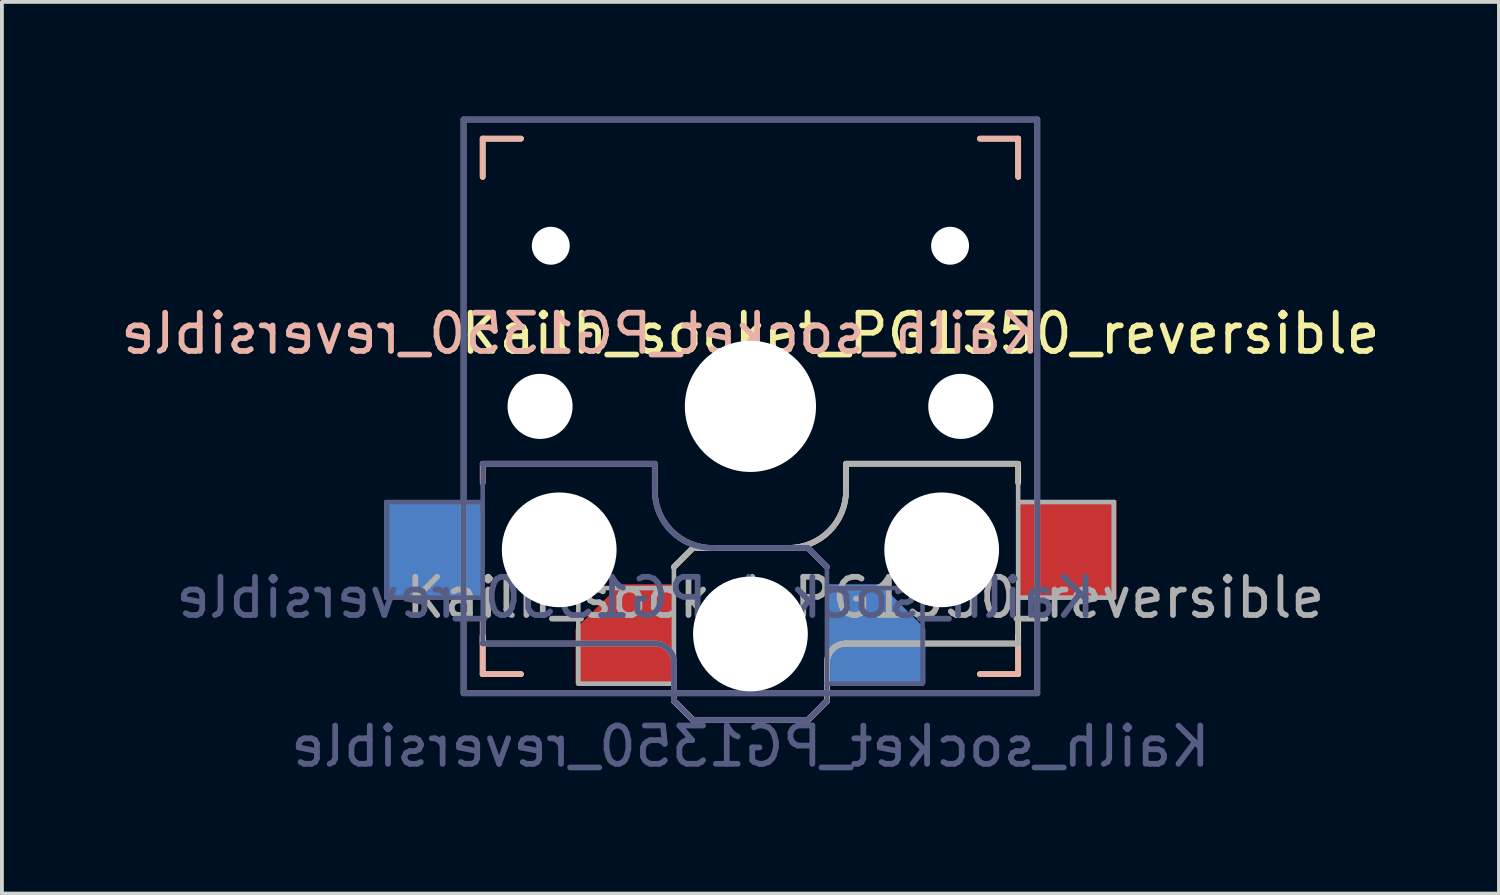
<source format=kicad_pcb>
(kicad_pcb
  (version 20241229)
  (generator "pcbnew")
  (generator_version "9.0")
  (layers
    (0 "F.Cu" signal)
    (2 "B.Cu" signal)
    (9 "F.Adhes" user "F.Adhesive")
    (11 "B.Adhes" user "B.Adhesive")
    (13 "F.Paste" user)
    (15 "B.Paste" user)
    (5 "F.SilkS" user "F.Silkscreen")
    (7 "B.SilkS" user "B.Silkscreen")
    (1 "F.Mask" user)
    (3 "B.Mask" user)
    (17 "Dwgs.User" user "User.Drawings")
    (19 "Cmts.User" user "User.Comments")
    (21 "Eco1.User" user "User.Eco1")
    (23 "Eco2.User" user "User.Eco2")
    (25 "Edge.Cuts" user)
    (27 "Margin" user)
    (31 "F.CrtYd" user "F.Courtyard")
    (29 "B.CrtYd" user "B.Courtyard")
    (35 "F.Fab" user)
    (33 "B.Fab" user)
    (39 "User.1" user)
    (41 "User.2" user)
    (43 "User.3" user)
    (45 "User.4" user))
  (footprint "Kailh_socket_PG1350_reversible"
    (layer "F.Cu")
    (at 16.57 7.575)
    (property "Reference" "Kailh_socket_PG1350_reversible" (at 4.445 -1.905 0) (layer "F.SilkS") (effects (font (size 1 1) (thickness 0.15))))
    (property "Value" "Kailh_socket_PG1350_reversible" (at 0 8.89 0) (layer "F.Fab") (hide yes) (effects (font (size 1 1) (thickness 0.15))))
    (attr smd)
    (fp_line (start -7 -7) (end -6 -7) (stroke (width 0.15) (type solid)) (layer "F.SilkS"))
    (fp_line (start -7 -6) (end -7 -7) (stroke (width 0.15) (type solid)) (layer "F.SilkS"))
    (fp_line (start -7 7) (end -7 6) (stroke (width 0.15) (type solid)) (layer "F.SilkS"))
    (fp_line (start -6 7) (end -7 7) (stroke (width 0.15) (type solid)) (layer "F.SilkS"))
    (fp_line (start -2 4.2) (end -1.5 3.7) (stroke (width 0.15) (type solid)) (layer "F.SilkS"))
    (fp_line (start -2 7.7) (end -1.5 8.2) (stroke (width 0.15) (type solid)) (layer "F.SilkS"))
    (fp_line (start -1.5 3.7) (end 1 3.7) (stroke (width 0.15) (type solid)) (layer "F.SilkS"))
    (fp_line (start -1.5 8.2) (end 1.5 8.2) (stroke (width 0.15) (type solid)) (layer "F.SilkS"))
    (fp_line (start 1.5 8.2) (end 2 7.7) (stroke (width 0.15) (type solid)) (layer "F.SilkS"))
    (fp_line (start 2 6.7) (end 2 7.7) (stroke (width 0.15) (type solid)) (layer "F.SilkS"))
    (fp_line (start 2.5 1.5) (end 7 1.5) (stroke (width 0.15) (type solid)) (layer "F.SilkS"))
    (fp_line (start 2.5 2.2) (end 2.5 1.5) (stroke (width 0.15) (type solid)) (layer "F.SilkS"))
    (fp_line (start 6 -7) (end 7 -7) (stroke (width 0.15) (type solid)) (layer "F.SilkS"))
    (fp_line (start 7 -7) (end 7 -6) (stroke (width 0.15) (type solid)) (layer "F.SilkS"))
    (fp_line (start 7 1.5) (end 7 2) (stroke (width 0.15) (type solid)) (layer "F.SilkS"))
    (fp_line (start 7 5.6) (end 7 6.2) (stroke (width 0.15) (type solid)) (layer "F.SilkS"))
    (fp_line (start 7 6) (end 7 7) (stroke (width 0.15) (type solid)) (layer "F.SilkS"))
    (fp_line (start 7 6.2) (end 2.5 6.2) (stroke (width 0.15) (type solid)) (layer "F.SilkS"))
    (fp_line (start 7 7) (end 6 7) (stroke (width 0.15) (type solid)) (layer "F.SilkS"))
    (fp_arc (start 2 6.7) (mid 2.146447 6.346447) (end 2.5 6.2) (stroke (width 0.15) (type solid)) (layer "F.SilkS"))
    (fp_arc (start 2.5 2.2) (mid 2.06066 3.26066) (end 1 3.7) (stroke (width 0.15) (type solid)) (layer "F.SilkS"))
    (fp_line (start -7 -7) (end -6 -7) (stroke (width 0.15) (type solid)) (layer "B.SilkS"))
    (fp_line (start -7 -6) (end -7 -7) (stroke (width 0.15) (type solid)) (layer "B.SilkS"))
    (fp_line (start -7 1.5) (end -7 2) (stroke (width 0.15) (type solid)) (layer "B.SilkS"))
    (fp_line (start -7 5.6) (end -7 6.2) (stroke (width 0.15) (type solid)) (layer "B.SilkS"))
    (fp_line (start -7 6.2) (end -2.5 6.2) (stroke (width 0.15) (type solid)) (layer "B.SilkS"))
    (fp_line (start -7 7) (end -7 6) (stroke (width 0.15) (type solid)) (layer "B.SilkS"))
    (fp_line (start -6 7) (end -7 7) (stroke (width 0.15) (type solid)) (layer "B.SilkS"))
    (fp_line (start -2.5 1.5) (end -7 1.5) (stroke (width 0.15) (type solid)) (layer "B.SilkS"))
    (fp_line (start -2.5 2.2) (end -2.5 1.5) (stroke (width 0.15) (type solid)) (layer "B.SilkS"))
    (fp_line (start -2 6.7) (end -2 7.7) (stroke (width 0.15) (type solid)) (layer "B.SilkS"))
    (fp_line (start -1.5 8.2) (end -2 7.7) (stroke (width 0.15) (type solid)) (layer "B.SilkS"))
    (fp_line (start 1.5 3.7) (end -1 3.7) (stroke (width 0.15) (type solid)) (layer "B.SilkS"))
    (fp_line (start 1.5 8.2) (end -1.5 8.2) (stroke (width 0.15) (type solid)) (layer "B.SilkS"))
    (fp_line (start 2 4.2) (end 1.5 3.7) (stroke (width 0.15) (type solid)) (layer "B.SilkS"))
    (fp_line (start 2 7.7) (end 1.5 8.2) (stroke (width 0.15) (type solid)) (layer "B.SilkS"))
    (fp_line (start 6 -7) (end 7 -7) (stroke (width 0.15) (type solid)) (layer "B.SilkS"))
    (fp_line (start 7 -7) (end 7 -6) (stroke (width 0.15) (type solid)) (layer "B.SilkS"))
    (fp_line (start 7 6) (end 7 7) (stroke (width 0.15) (type solid)) (layer "B.SilkS"))
    (fp_line (start 7 7) (end 6 7) (stroke (width 0.15) (type solid)) (layer "B.SilkS"))
    (fp_arc (start -2.5 6.2) (mid -2.146447 6.346447) (end -2 6.7) (stroke (width 0.15) (type solid)) (layer "B.SilkS"))
    (fp_arc (start -1 3.7) (mid -2.06066 3.26066) (end -2.5 2.2) (stroke (width 0.15) (type solid)) (layer "B.SilkS"))
    (fp_line (start -6.9 6.9) (end -6.9 -6.9) (stroke (width 0.15) (type solid)) (layer "Eco2.User"))
    (fp_line (start -6.9 6.9) (end 6.9 6.9) (stroke (width 0.15) (type solid)) (layer "Eco2.User"))
    (fp_line (start -2.6 -3.1) (end -2.6 -6.3) (stroke (width 0.15) (type solid)) (layer "Eco2.User"))
    (fp_line (start -2.6 -3.1) (end 2.6 -3.1) (stroke (width 0.15) (type solid)) (layer "Eco2.User"))
    (fp_line (start 2.6 -6.3) (end -2.6 -6.3) (stroke (width 0.15) (type solid)) (layer "Eco2.User"))
    (fp_line (start 2.6 -3.1) (end 2.6 -6.3) (stroke (width 0.15) (type solid)) (layer "Eco2.User"))
    (fp_line (start 6.9 -6.9) (end -6.9 -6.9) (stroke (width 0.15) (type solid)) (layer "Eco2.User"))
    (fp_line (start 6.9 -6.9) (end 6.9 6.9) (stroke (width 0.15) (type solid)) (layer "Eco2.User"))
    (fp_line (start -9.5 2.5) (end -7 2.5) (stroke (width 0.12) (type solid)) (layer "B.Fab"))
    (fp_line (start -9.5 5) (end -9.5 2.5) (stroke (width 0.12) (type solid)) (layer "B.Fab"))
    (fp_line (start -7.5 -7.5) (end 7.5 -7.5) (stroke (width 0.15) (type solid)) (layer "B.Fab"))
    (fp_line (start -7.5 7.5) (end -7.5 -7.5) (stroke (width 0.15) (type solid)) (layer "B.Fab"))
    (fp_line (start -7 1.5) (end -7 6.2) (stroke (width 0.12) (type solid)) (layer "B.Fab"))
    (fp_line (start -7 5) (end -9.5 5) (stroke (width 0.12) (type solid)) (layer "B.Fab"))
    (fp_line (start -7 6.2) (end -2.5 6.2) (stroke (width 0.15) (type solid)) (layer "B.Fab"))
    (fp_line (start -2.5 1.5) (end -7 1.5) (stroke (width 0.15) (type solid)) (layer "B.Fab"))
    (fp_line (start -2.5 2.2) (end -2.5 1.5) (stroke (width 0.15) (type solid)) (layer "B.Fab"))
    (fp_line (start -2 6.7) (end -2 7.7) (stroke (width 0.15) (type solid)) (layer "B.Fab"))
    (fp_line (start -1.5 8.2) (end -2 7.7) (stroke (width 0.15) (type solid)) (layer "B.Fab"))
    (fp_line (start 1.5 3.7) (end -1 3.7) (stroke (width 0.15) (type solid)) (layer "B.Fab"))
    (fp_line (start 1.5 8.2) (end -1.5 8.2) (stroke (width 0.15) (type solid)) (layer "B.Fab"))
    (fp_line (start 2 4.2) (end 1.5 3.7) (stroke (width 0.15) (type solid)) (layer "B.Fab"))
    (fp_line (start 2 4.25) (end 2 7.7) (stroke (width 0.12) (type solid)) (layer "B.Fab"))
    (fp_line (start 2 4.75) (end 4.5 4.75) (stroke (width 0.12) (type solid)) (layer "B.Fab"))
    (fp_line (start 2 7.7) (end 1.5 8.2) (stroke (width 0.15) (type solid)) (layer "B.Fab"))
    (fp_line (start 4.5 4.75) (end 4.5 7.25) (stroke (width 0.12) (type solid)) (layer "B.Fab"))
    (fp_line (start 4.5 7.25) (end 2 7.25) (stroke (width 0.12) (type solid)) (layer "B.Fab"))
    (fp_line (start 7.5 -7.5) (end 7.5 7.5) (stroke (width 0.15) (type solid)) (layer "B.Fab"))
    (fp_line (start 7.5 7.5) (end -7.5 7.5) (stroke (width 0.15) (type solid)) (layer "B.Fab"))
    (fp_arc (start -2.5 6.2) (mid -2.146447 6.346447) (end -2 6.7) (stroke (width 0.15) (type solid)) (layer "B.Fab"))
    (fp_arc (start -1 3.7) (mid -2.06066 3.26066) (end -2.5 2.2) (stroke (width 0.15) (type solid)) (layer "B.Fab"))
    (fp_line (start -7.5 -7.5) (end 7.5 -7.5) (stroke (width 0.15) (type solid)) (layer "F.Fab"))
    (fp_line (start -7.5 7.5) (end -7.5 -7.5) (stroke (width 0.15) (type solid)) (layer "F.Fab"))
    (fp_line (start -4.5 4.75) (end -4.5 7.25) (stroke (width 0.12) (type solid)) (layer "F.Fab"))
    (fp_line (start -4.5 7.25) (end -2 7.25) (stroke (width 0.12) (type solid)) (layer "F.Fab"))
    (fp_line (start -2 4.2) (end -1.5 3.7) (stroke (width 0.15) (type solid)) (layer "F.Fab"))
    (fp_line (start -2 4.25) (end -2 7.7) (stroke (width 0.12) (type solid)) (layer "F.Fab"))
    (fp_line (start -2 4.75) (end -4.5 4.75) (stroke (width 0.12) (type solid)) (layer "F.Fab"))
    (fp_line (start -2 7.7) (end -1.5 8.2) (stroke (width 0.15) (type solid)) (layer "F.Fab"))
    (fp_line (start -1.5 3.7) (end 1 3.7) (stroke (width 0.15) (type solid)) (layer "F.Fab"))
    (fp_line (start -1.5 8.2) (end 1.5 8.2) (stroke (width 0.15) (type solid)) (layer "F.Fab"))
    (fp_line (start 1.5 8.2) (end 2 7.7) (stroke (width 0.15) (type solid)) (layer "F.Fab"))
    (fp_line (start 2 6.7) (end 2 7.7) (stroke (width 0.15) (type solid)) (layer "F.Fab"))
    (fp_line (start 2.5 1.5) (end 7 1.5) (stroke (width 0.15) (type solid)) (layer "F.Fab"))
    (fp_line (start 2.5 2.2) (end 2.5 1.5) (stroke (width 0.15) (type solid)) (layer "F.Fab"))
    (fp_line (start 7 1.5) (end 7 6.2) (stroke (width 0.12) (type solid)) (layer "F.Fab"))
    (fp_line (start 7 5) (end 9.5 5) (stroke (width 0.12) (type solid)) (layer "F.Fab"))
    (fp_line (start 7 6.2) (end 2.5 6.2) (stroke (width 0.15) (type solid)) (layer "F.Fab"))
    (fp_line (start 7.5 -7.5) (end 7.5 7.5) (stroke (width 0.15) (type solid)) (layer "F.Fab"))
    (fp_line (start 7.5 7.5) (end -7.5 7.5) (stroke (width 0.15) (type solid)) (layer "F.Fab"))
    (fp_line (start 9.5 2.5) (end 7 2.5) (stroke (width 0.12) (type solid)) (layer "F.Fab"))
    (fp_line (start 9.5 5) (end 9.5 2.5) (stroke (width 0.12) (type solid)) (layer "F.Fab"))
    (fp_arc (start 2 6.7) (mid 2.146447 6.346447) (end 2.5 6.2) (stroke (width 0.15) (type solid)) (layer "F.Fab"))
    (fp_arc (start 2.5 2.2) (mid 2.06066 3.26066) (end 1 3.7) (stroke (width 0.15) (type solid)) (layer "F.Fab"))
    (fp_text user "${REFERENCE}" (at -4.445 -1.905 0) (layer "B.SilkS") (effects (font (size 1 1) (thickness 0.15)) (justify mirror)))
    (fp_text user "${REFERENCE}" (at -3 5 0) (layer "B.Fab") (effects (font (size 1 1) (thickness 0.15)) (justify mirror)))
    (fp_text user "${VALUE}" (at 0 8.89 0) (layer "B.Fab") (effects (font (size 1 1) (thickness 0.15)) (justify mirror)))
    (fp_text user "${REFERENCE}" (at 3 5 180) (layer "F.Fab") (effects (font (size 1 1) (thickness 0.15))))
    (pad "" np_thru_hole circle (at -5.5 0) (size 1.702 1.702) (drill 1.702) (layers "*.Cu" "*.Mask"))
    (pad "" np_thru_hole circle (at -5.22 -4.2) (size 0.991 0.991) (drill 0.991) (layers "*.Cu" "*.Mask"))
    (pad "" np_thru_hole circle (at -5 3.75) (size 3 3) (drill 3) (layers "*.Cu" "*.Mask"))
    (pad "" np_thru_hole circle (at 0 0) (size 3.429 3.429) (drill 3.429) (layers "*.Cu" "*.Mask"))
    (pad "" np_thru_hole circle (at 0 5.95) (size 3 3) (drill 3) (layers "*.Cu" "*.Mask"))
    (pad "" np_thru_hole circle (at 5 3.75) (size 3 3) (drill 3) (layers "*.Cu" "*.Mask"))
    (pad "" np_thru_hole circle (at 5.22 -4.2) (size 0.991 0.991) (drill 0.991) (layers "*.Cu" "*.Mask"))
    (pad "" np_thru_hole circle (at 5.5 0) (size 1.702 1.702) (drill 1.702) (layers "*.Cu" "*.Mask"))
    (pad "1" smd roundrect (at -3.275 5.95) (size 2.6 2.6) (layers "F.Cu" "F.Mask" "F.Paste") (roundrect_rratio 0) (chamfer_ratio 0.45) (chamfer top_left))
    (pad "1" smd roundrect (at 3.275 5.95) (size 2.6 2.6) (layers "B.Cu" "B.Mask" "B.Paste") (roundrect_rratio 0) (chamfer_ratio 0.45) (chamfer top_right))
    (pad "2" smd rect (at -8.275 3.75) (size 2.6 2.6) (layers "B.Cu" "B.Mask" "B.Paste"))
    (pad "2" smd rect (at 8.275 3.75) (size 2.6 2.6) (layers "F.Cu" "F.Mask" "F.Paste")))
  (gr_rect
    (start -3 -3)
    (end 36.14 20.313)
    (stroke (width 0.1) (type default))
    (fill no)
    (layer "Edge.Cuts")))
</source>
